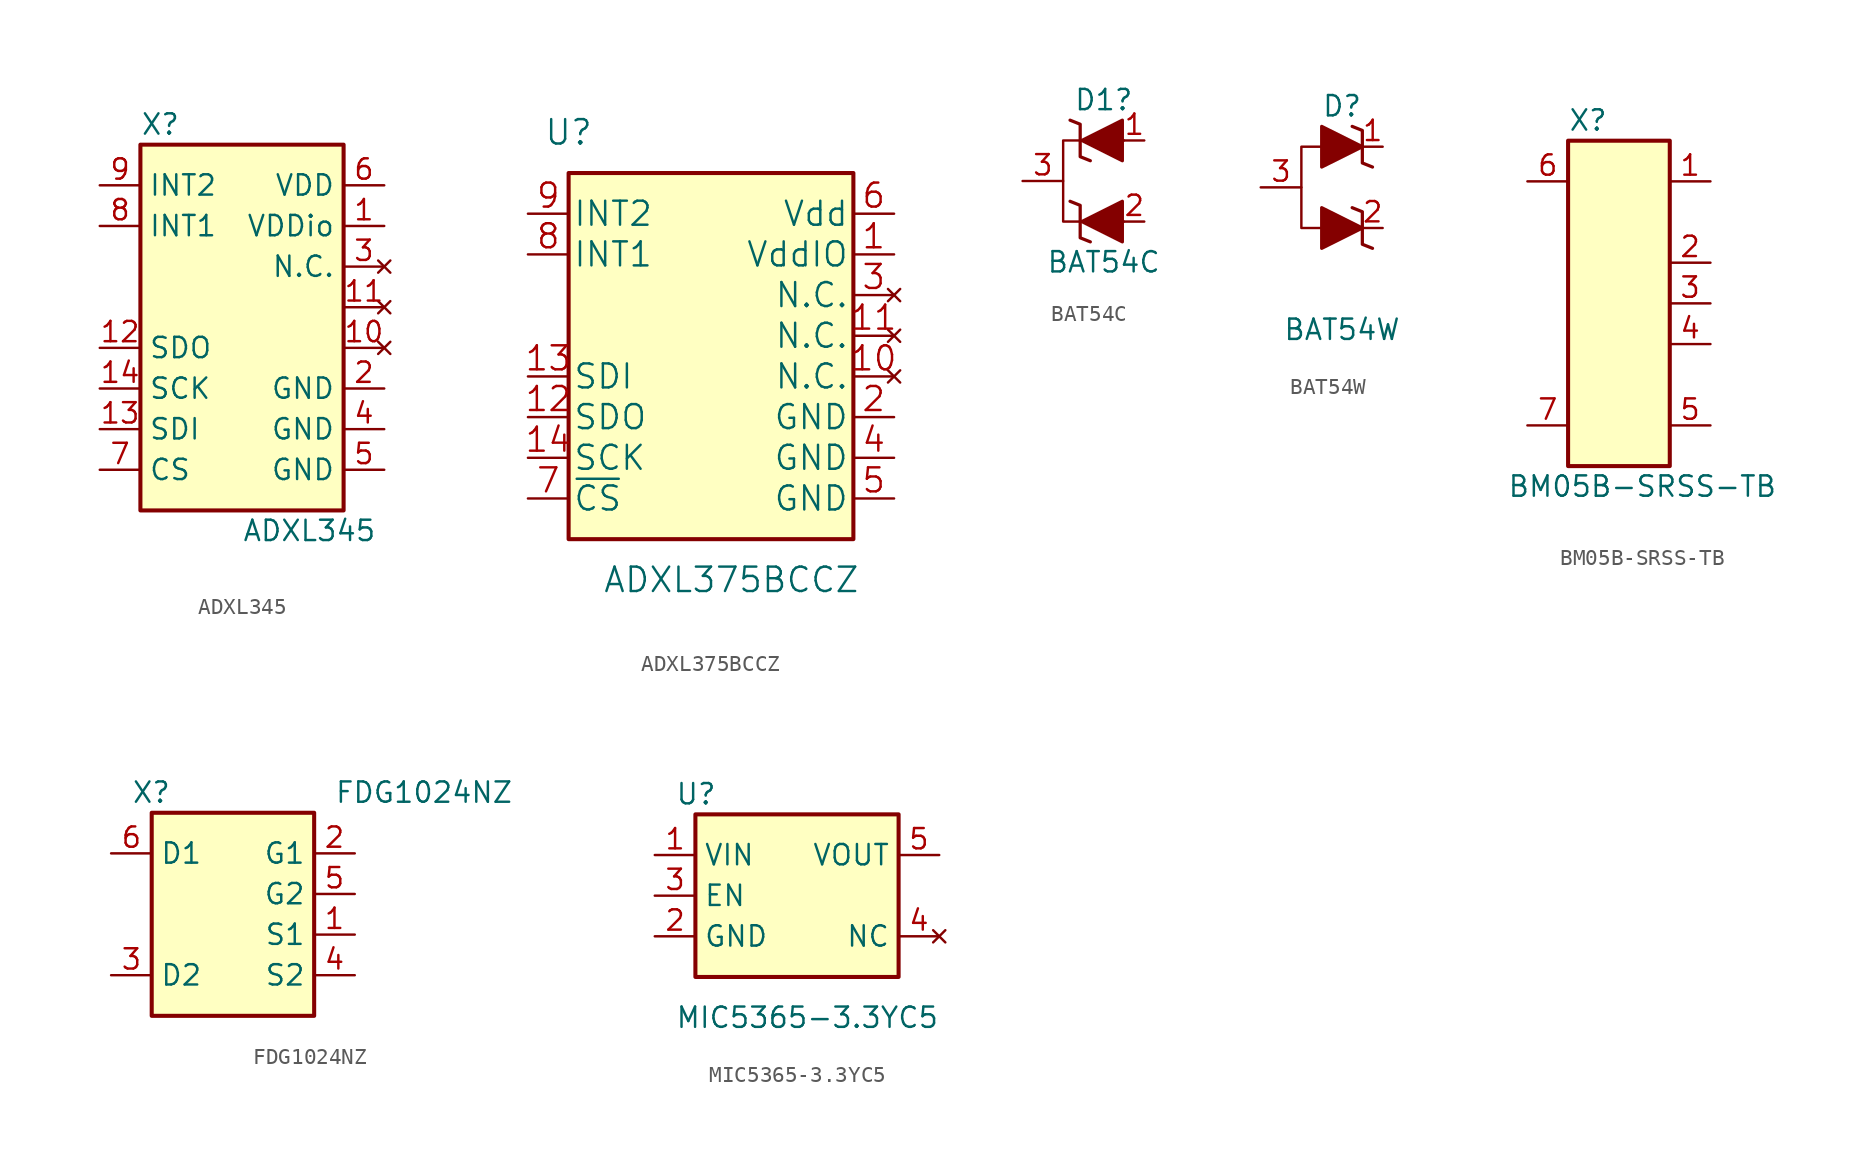
<source format=kicad_sym>
(kicad_symbol_lib
  (version 20211014)
  (generator kicad_symbol_editor)
  (symbol "ADXL345"
    (property "Reference" "X"
      (at -10.16 8.89 0)
      (effects (font (size 1.27 1.27)) (justify left)))
    (property "Value" "ADXL345"
      (at -3.81 -16.51 0)
      (effects (font (size 1.27 1.27)) (justify left)))
    (symbol "ADXL345_0_1"
      (rectangle (start -10.16 7.62) (end 2.54 -15.24) (stroke (width 0.254) (type default) (color 0 0 0 0)) (fill (type background))))
    (symbol "ADXL345_1_1"
      (pin passive line (at 5.08 2.54 180) (length 2.54) (name "VDDio" (effects (font (size 1.27 1.27)))) (number "1" (effects (font (size 1.27 1.27)))))
      (pin no_connect line (at 5.08 -5.08 180) (length 2.54) (name "~" (effects (font (size 1.27 1.27)))) (number "10" (effects (font (size 1.27 1.27)))))
      (pin no_connect line (at 5.08 -2.54 180) (length 2.54) (name "~" (effects (font (size 1.27 1.27)))) (number "11" (effects (font (size 1.27 1.27)))))
      (pin tri_state line (at -12.7 -5.08 0) (length 2.54) (name "SDO" (effects (font (size 1.27 1.27)))) (number "12" (effects (font (size 1.27 1.27)))))
      (pin input line (at -12.7 -10.16 0) (length 2.54) (name "SDI" (effects (font (size 1.27 1.27)))) (number "13" (effects (font (size 1.27 1.27)))))
      (pin input line (at -12.7 -7.62 0) (length 2.54) (name "SCK" (effects (font (size 1.27 1.27)))) (number "14" (effects (font (size 1.27 1.27)))))
      (pin power_in line (at 5.08 -7.62 180) (length 2.54) (name "GND" (effects (font (size 1.27 1.27)))) (number "2" (effects (font (size 1.27 1.27)))))
      (pin no_connect line (at 5.08 0 180) (length 2.54) (name "N.C." (effects (font (size 1.27 1.27)))) (number "3" (effects (font (size 1.27 1.27)))))
      (pin power_in line (at 5.08 -10.16 180) (length 2.54) (name "GND" (effects (font (size 1.27 1.27)))) (number "4" (effects (font (size 1.27 1.27)))))
      (pin power_in line (at 5.08 -12.7 180) (length 2.54) (name "GND" (effects (font (size 1.27 1.27)))) (number "5" (effects (font (size 1.27 1.27)))))
      (pin passive line (at 5.08 5.08 180) (length 2.54) (name "VDD" (effects (font (size 1.27 1.27)))) (number "6" (effects (font (size 1.27 1.27)))))
      (pin input line (at -12.7 -12.7 0) (length 2.54) (name "CS" (effects (font (size 1.27 1.27)))) (number "7" (effects (font (size 1.27 1.27)))))
      (pin output line (at -12.7 2.54 0) (length 2.54) (name "INT1" (effects (font (size 1.27 1.27)))) (number "8" (effects (font (size 1.27 1.27)))))
      (pin output line (at -12.7 5.08 0) (length 2.54) (name "INT2" (effects (font (size 1.27 1.27)))) (number "9" (effects (font (size 1.27 1.27)))))))
  (symbol "ADXL375BCCZ"
    (pin_names
      (offset 0.254))
    (property "Reference" "U"
      (at 7.62 7.62 0)
      (effects (font (size 1.524 1.524))))
    (property "Value" "ADXL375BCCZ"
      (at 17.78 -20.32 0)
      (effects (font (size 1.524 1.524))))
    (property "Datasheet" ""
      (at 5.08 0 0)
      (effects (font (size 1.524 1.524))))
    (property "ki_locked" ""
      (at 0 0 0)
      (effects (font (size 1.27 1.27))))
    (symbol "ADXL375BCCZ_1_1"
      (rectangle (start 7.62 5.08) (end 25.4 -17.78) (stroke (width 0.254) (type default) (color 0 0 0 0)) (fill (type background)))
      (pin power_in line (at 27.94 0 180) (length 2.54) (name "VddIO" (effects (font (size 1.499 1.499)))) (number "1" (effects (font (size 1.499 1.499)))))
      (pin no_connect line (at 27.94 -7.62 180) (length 2.54) (name "N.C." (effects (font (size 1.499 1.499)))) (number "10" (effects (font (size 1.499 1.499)))))
      (pin no_connect line (at 27.94 -5.08 180) (length 2.54) (name "N.C." (effects (font (size 1.499 1.499)))) (number "11" (effects (font (size 1.499 1.499)))))
      (pin output line (at 5.08 -10.16 0) (length 2.54) (name "SDO" (effects (font (size 1.499 1.499)))) (number "12" (effects (font (size 1.499 1.499)))))
      (pin input line (at 5.08 -7.62 0) (length 2.54) (name "SDI" (effects (font (size 1.499 1.499)))) (number "13" (effects (font (size 1.499 1.499)))))
      (pin input line (at 5.08 -12.7 0) (length 2.54) (name "SCK" (effects (font (size 1.499 1.499)))) (number "14" (effects (font (size 1.499 1.499)))))
      (pin power_in line (at 27.94 -10.16 180) (length 2.54) (name "GND" (effects (font (size 1.499 1.499)))) (number "2" (effects (font (size 1.499 1.499)))))
      (pin no_connect line (at 27.94 -2.54 180) (length 2.54) (name "N.C." (effects (font (size 1.499 1.499)))) (number "3" (effects (font (size 1.499 1.499)))))
      (pin power_in line (at 27.94 -12.7 180) (length 2.54) (name "GND" (effects (font (size 1.499 1.499)))) (number "4" (effects (font (size 1.499 1.499)))))
      (pin power_in line (at 27.94 -15.24 180) (length 2.54) (name "GND" (effects (font (size 1.499 1.499)))) (number "5" (effects (font (size 1.499 1.499)))))
      (pin power_in line (at 27.94 2.54 180) (length 2.54) (name "Vdd" (effects (font (size 1.499 1.499)))) (number "6" (effects (font (size 1.499 1.499)))))
      (pin input line (at 5.08 -15.24 0) (length 2.54) (name "~{CS}" (effects (font (size 1.499 1.499)))) (number "7" (effects (font (size 1.499 1.499)))))
      (pin output line (at 5.08 0 0) (length 2.54) (name "INT1" (effects (font (size 1.499 1.499)))) (number "8" (effects (font (size 1.499 1.499)))))
      (pin output line (at 5.08 2.54 0) (length 2.54) (name "INT2" (effects (font (size 1.499 1.499)))) (number "9" (effects (font (size 1.499 1.499)))))))
  (symbol "BAT54C"
    (pin_names
      (offset 1.016) hide)
    (property "Reference" "D1"
      (at 0 2.54 0)
      (effects (font (size 1.27 1.27))))
    (property "Value" "BAT54C"
      (at 0 -7.62 0)
      (effects (font (size 1.27 1.27))))
    (symbol "BAT54C_0_1"
      (polyline (pts (xy -1.27 0) (xy 1.27 0)) (stroke (width 0) (type default) (color 0 0 0 0)) (fill (type none)))
      (polyline (pts (xy -2.108 1.27) (xy -1.473 1.016) (xy -1.473 -1.016) (xy -0.838 -1.27)) (stroke (width 0.203) (type default) (color 0 0 0 0)) (fill (type none)))
      (polyline (pts (xy 1.168 1.27) (xy 1.168 -1.27) (xy -1.372 0) (xy 1.168 1.27)) (stroke (width 0.203) (type default) (color 0 0 0 0)) (fill (type outline)))
      (polyline (pts (xy -1.27 0) (xy -2.54 0) (xy -2.54 -2.54) (xy -2.54 -5.08) (xy -1.27 -5.08)) (stroke (width 0) (type default) (color 0 0 0 0)) (fill (type none))))
    (symbol "BAT54C_1_1"
      (polyline (pts (xy -1.27 -5.08) (xy 1.27 -5.08)) (stroke (width 0) (type default) (color 0 0 0 0)) (fill (type none)))
      (polyline (pts (xy -2.108 -3.81) (xy -1.473 -4.064) (xy -1.473 -6.096) (xy -0.838 -6.35)) (stroke (width 0.203) (type default) (color 0 0 0 0)) (fill (type none)))
      (polyline (pts (xy 1.168 -3.81) (xy 1.168 -6.35) (xy -1.372 -5.08) (xy 1.168 -3.81)) (stroke (width 0.203) (type default) (color 0 0 0 0)) (fill (type outline)))
      (pin passive line (at 2.54 0 180) (length 1.245) (name "A" (effects (font (size 1.27 1.27)))) (number "1" (effects (font (size 1.27 1.27)))))
      (pin passive line (at 2.54 -5.08 180) (length 1.245) (name "A" (effects (font (size 1.27 1.27)))) (number "2" (effects (font (size 1.27 1.27)))))
      (pin passive line (at -5.08 -2.54 0) (length 2.54) (name "K" (effects (font (size 1.27 1.27)))) (number "3" (effects (font (size 1.27 1.27)))))))
  (symbol "BAT54W"
    (pin_names
      (offset 1.016) hide)
    (property "Reference" "D"
      (at 0 2.54 0)
      (effects (font (size 1.27 1.27))))
    (property "Value" "BAT54W"
      (at 0 -11.43 0)
      (effects (font (size 1.27 1.27))))
    (symbol "BAT54W_0_1"
      (polyline (pts (xy -1.27 0) (xy 1.27 0)) (stroke (width 0) (type default) (color 0 0 0 0)) (fill (type none)))
      (polyline (pts (xy -1.27 1.27) (xy -1.27 -1.27) (xy 1.27 0) (xy -1.27 1.27)) (stroke (width 0.203) (type default) (color 0 0 0 0)) (fill (type outline)))
      (polyline (pts (xy 0.635 1.27) (xy 1.27 1.016) (xy 1.27 -1.016) (xy 1.905 -1.27)) (stroke (width 0.203) (type default) (color 0 0 0 0)) (fill (type none)))
      (polyline (pts (xy -1.27 0) (xy -2.54 0) (xy -2.54 -2.54) (xy -2.54 -5.08) (xy -1.27 -5.08)) (stroke (width 0) (type default) (color 0 0 0 0)) (fill (type none))))
    (symbol "BAT54W_1_1"
      (polyline (pts (xy -1.27 -5.08) (xy 1.27 -5.08)) (stroke (width 0) (type default) (color 0 0 0 0)) (fill (type none)))
      (polyline (pts (xy -1.27 -3.81) (xy -1.27 -6.35) (xy 1.27 -5.08) (xy -1.27 -3.81)) (stroke (width 0.203) (type default) (color 0 0 0 0)) (fill (type outline)))
      (polyline (pts (xy 0.635 -3.81) (xy 1.27 -4.064) (xy 1.27 -6.096) (xy 1.905 -6.35)) (stroke (width 0.203) (type default) (color 0 0 0 0)) (fill (type none)))
      (pin passive line (at 2.54 0 180) (length 1.245) (name "A" (effects (font (size 1.27 1.27)))) (number "1" (effects (font (size 1.27 1.27)))))
      (pin passive line (at 2.54 -5.08 180) (length 1.245) (name "A" (effects (font (size 1.27 1.27)))) (number "2" (effects (font (size 1.27 1.27)))))
      (pin passive line (at -5.08 -2.54 0) (length 2.54) (name "K" (effects (font (size 1.27 1.27)))) (number "3" (effects (font (size 1.27 1.27)))))))
  (symbol "BM05B-SRSS-TB"
    (property "Reference" "X"
      (at -2.54 8.89 0)
      (effects (font (size 1.27 1.27)) (justify left)))
    (property "Value" "BM05B-SRSS-TB"
      (at -6.35 -13.97 0)
      (effects (font (size 1.27 1.27)) (justify left)))
    (symbol "BM05B-SRSS-TB_0_1"
      (rectangle (start -2.54 7.62) (end 3.81 -12.7) (stroke (width 0.254) (type default) (color 0 0 0 0)) (fill (type background))))
    (symbol "BM05B-SRSS-TB_1_1"
      (pin passive line (at 6.35 5.08 180) (length 2.54) (name "~" (effects (font (size 1.27 1.27)))) (number "1" (effects (font (size 1.27 1.27)))))
      (pin passive line (at 6.35 0 180) (length 2.54) (name "~" (effects (font (size 1.27 1.27)))) (number "2" (effects (font (size 1.27 1.27)))))
      (pin passive line (at 6.35 -2.54 180) (length 2.54) (name "~" (effects (font (size 1.27 1.27)))) (number "3" (effects (font (size 1.27 1.27)))))
      (pin passive line (at 6.35 -5.08 180) (length 2.54) (name "~" (effects (font (size 1.27 1.27)))) (number "4" (effects (font (size 1.27 1.27)))))
      (pin passive line (at 6.35 -10.16 180) (length 2.54) (name "~" (effects (font (size 1.27 1.27)))) (number "5" (effects (font (size 1.27 1.27)))))
      (pin passive line (at -5.08 5.08 0) (length 2.54) (name "~" (effects (font (size 1.27 1.27)))) (number "6" (effects (font (size 1.27 1.27)))))
      (pin passive line (at -5.08 -10.16 0) (length 2.54) (name "~" (effects (font (size 1.27 1.27)))) (number "7" (effects (font (size 1.27 1.27)))))))
  (symbol "FDG1024NZ"
    (property "Reference" "X"
      (at -8.89 6.35 0)
      (effects (font (size 1.27 1.27)) (justify left)))
    (property "Value" "FDG1024NZ"
      (at 3.81 6.35 0)
      (effects (font (size 1.27 1.27)) (justify left)))
    (symbol "FDG1024NZ_0_1"
      (rectangle (start -7.62 5.08) (end 2.54 -7.62) (stroke (width 0.254) (type default) (color 0 0 0 0)) (fill (type background))))
    (symbol "FDG1024NZ_1_1"
      (pin passive line (at 5.08 -2.54 180) (length 2.54) (name "S1" (effects (font (size 1.27 1.27)))) (number "1" (effects (font (size 1.27 1.27)))))
      (pin passive line (at 5.08 2.54 180) (length 2.54) (name "G1" (effects (font (size 1.27 1.27)))) (number "2" (effects (font (size 1.27 1.27)))))
      (pin passive line (at -10.16 -5.08 0) (length 2.54) (name "D2" (effects (font (size 1.27 1.27)))) (number "3" (effects (font (size 1.27 1.27)))))
      (pin passive line (at 5.08 -5.08 180) (length 2.54) (name "S2" (effects (font (size 1.27 1.27)))) (number "4" (effects (font (size 1.27 1.27)))))
      (pin passive line (at 5.08 0 180) (length 2.54) (name "G2" (effects (font (size 1.27 1.27)))) (number "5" (effects (font (size 1.27 1.27)))))
      (pin passive line (at -10.16 2.54 0) (length 2.54) (name "D1" (effects (font (size 1.27 1.27)))) (number "6" (effects (font (size 1.27 1.27)))))))
  (symbol "MIC5365-3.3YC5"
    (property "Reference" "U"
      (at -8.89 6.35 0)
      (effects (font (size 1.27 1.27)) (justify left)))
    (property "Value" "MIC5365-3.3YC5"
      (at -8.89 -7.62 0)
      (effects (font (size 1.27 1.27)) (justify left)))
    (symbol "MIC5365-3.3YC5_0_1"
      (rectangle (start -7.62 5.08) (end 5.08 -5.08) (stroke (width 0.254) (type default) (color 0 0 0 0)) (fill (type background))))
    (symbol "MIC5365-3.3YC5_1_1"
      (pin power_in line (at -10.16 2.54 0) (length 2.54) (name "VIN" (effects (font (size 1.27 1.27)))) (number "1" (effects (font (size 1.27 1.27)))))
      (pin power_in line (at -10.16 -2.54 0) (length 2.54) (name "GND" (effects (font (size 1.27 1.27)))) (number "2" (effects (font (size 1.27 1.27)))))
      (pin input line (at -10.16 0 0) (length 2.54) (name "EN" (effects (font (size 1.27 1.27)))) (number "3" (effects (font (size 1.27 1.27)))))
      (pin no_connect line (at 7.62 -2.54 180) (length 2.54) (name "NC" (effects (font (size 1.27 1.27)))) (number "4" (effects (font (size 1.27 1.27)))))
      (pin power_out line (at 7.62 2.54 180) (length 2.54) (name "VOUT" (effects (font (size 1.27 1.27)))) (number "5" (effects (font (size 1.27 1.27))))))))
</source>
